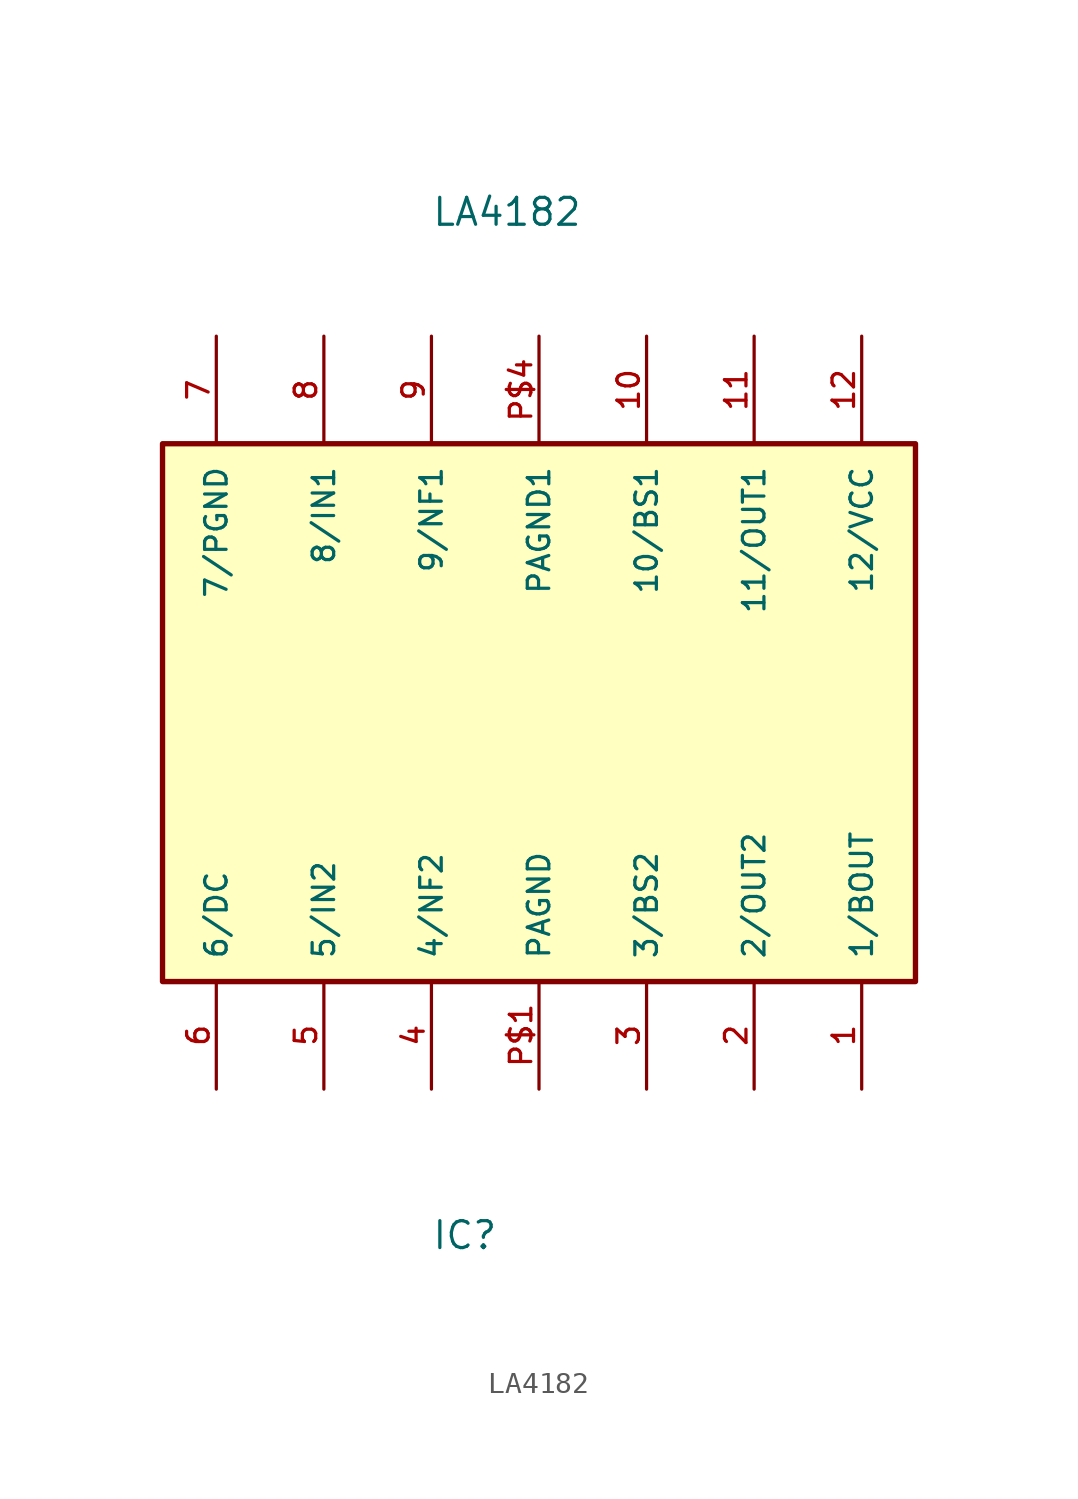
<source format=kicad_sym>
(kicad_symbol_lib
  (version 20211014)
  (generator kicad_symbol_editor)
  (symbol "LA4182"
    (pin_names
      (offset 1.016))
    (property "Reference" "IC"
      (at -5.085 -25.426 0)
      (effects (font (size 1.27 1.27)) (justify bottom left)))
    (property "Value" "LA4182"
      (at -5.09 22.903 0)
      (effects (font (size 1.27 1.27)) (justify bottom left)))
    (symbol "LA4182_0_0"
      (rectangle (start -17.78 -12.7) (end 17.78 12.7) (stroke (width 0.254)) (fill (type background)))
      (pin bidirectional line (at 15.24 -17.78 90.0) (length 5.08) (name "1/BOUT" (effects (font (size 1.016 1.016)))) (number "1" (effects (font (size 1.016 1.016)))))
      (pin output line (at 10.16 -17.78 90.0) (length 5.08) (name "2/OUT2" (effects (font (size 1.016 1.016)))) (number "2" (effects (font (size 1.016 1.016)))))
      (pin bidirectional line (at 5.08 -17.78 90.0) (length 5.08) (name "3/BS2" (effects (font (size 1.016 1.016)))) (number "3" (effects (font (size 1.016 1.016)))))
      (pin bidirectional line (at -5.08 -17.78 90.0) (length 5.08) (name "4/NF2" (effects (font (size 1.016 1.016)))) (number "4" (effects (font (size 1.016 1.016)))))
      (pin input line (at -10.16 -17.78 90.0) (length 5.08) (name "5/IN2" (effects (font (size 1.016 1.016)))) (number "5" (effects (font (size 1.016 1.016)))))
      (pin bidirectional line (at -15.24 -17.78 90.0) (length 5.08) (name "6/DC" (effects (font (size 1.016 1.016)))) (number "6" (effects (font (size 1.016 1.016)))))
      (pin power_in line (at -15.24 17.78 270.0) (length 5.08) (name "7/PGND" (effects (font (size 1.016 1.016)))) (number "7" (effects (font (size 1.016 1.016)))))
      (pin input line (at -10.16 17.78 270.0) (length 5.08) (name "8/IN1" (effects (font (size 1.016 1.016)))) (number "8" (effects (font (size 1.016 1.016)))))
      (pin bidirectional line (at -5.08 17.78 270.0) (length 5.08) (name "9/NF1" (effects (font (size 1.016 1.016)))) (number "9" (effects (font (size 1.016 1.016)))))
      (pin bidirectional line (at 5.08 17.78 270.0) (length 5.08) (name "10/BS1" (effects (font (size 1.016 1.016)))) (number "10" (effects (font (size 1.016 1.016)))))
      (pin output line (at 10.16 17.78 270.0) (length 5.08) (name "11/OUT1" (effects (font (size 1.016 1.016)))) (number "11" (effects (font (size 1.016 1.016)))))
      (pin power_in line (at 15.24 17.78 270.0) (length 5.08) (name "12/VCC" (effects (font (size 1.016 1.016)))) (number "12" (effects (font (size 1.016 1.016)))))
      (pin power_in line (at 0.0 -17.78 90.0) (length 5.08) (name "PAGND" (effects (font (size 1.016 1.016)))) (number "P$1" (effects (font (size 1.016 1.016)))))
      (pin power_in line (at 0.0 17.78 270.0) (length 5.08) (name "PAGND1" (effects (font (size 1.016 1.016)))) (number "P$4" (effects (font (size 1.016 1.016))))))))
</source>
